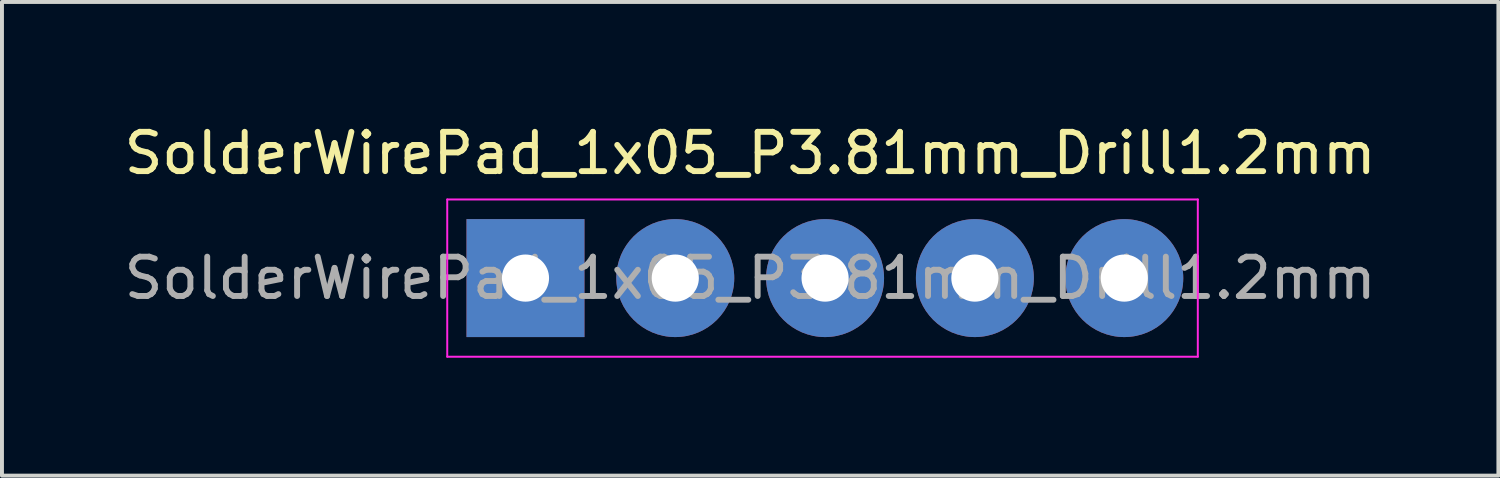
<source format=kicad_pcb>
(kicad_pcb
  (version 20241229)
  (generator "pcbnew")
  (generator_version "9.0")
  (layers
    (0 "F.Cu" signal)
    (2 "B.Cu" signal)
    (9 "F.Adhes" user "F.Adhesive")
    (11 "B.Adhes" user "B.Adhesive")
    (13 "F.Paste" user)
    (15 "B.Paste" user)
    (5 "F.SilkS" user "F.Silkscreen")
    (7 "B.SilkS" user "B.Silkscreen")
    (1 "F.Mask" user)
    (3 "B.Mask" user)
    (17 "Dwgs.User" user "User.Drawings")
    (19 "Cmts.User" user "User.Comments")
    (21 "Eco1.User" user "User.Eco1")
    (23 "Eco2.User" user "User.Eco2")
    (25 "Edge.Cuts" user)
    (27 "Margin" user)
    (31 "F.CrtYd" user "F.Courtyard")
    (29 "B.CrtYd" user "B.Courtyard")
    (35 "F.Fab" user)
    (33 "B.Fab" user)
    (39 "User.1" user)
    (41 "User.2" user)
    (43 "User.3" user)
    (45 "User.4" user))
  (footprint "SolderWirePad_1x05_P3.81mm_Drill1.2mm"
    (layer "F.Cu")
    (at 10.315 4.023)
    (property "Reference" "SolderWirePad_1x05_P3.81mm_Drill1.2mm" (at 5.715 -3.175 0) (layer "F.SilkS") (effects (font (size 1 1) (thickness 0.15))))
    (attr exclude_from_pos_files exclude_from_bom)
    (fp_line (start -1.99 -2) (end -1.99 2) (stroke (width 0.05) (type solid)) (layer "F.CrtYd"))
    (fp_line (start -1.99 -2) (end 17.1 -2) (stroke (width 0.05) (type solid)) (layer "F.CrtYd"))
    (fp_line (start 17.1 2) (end -1.99 2) (stroke (width 0.05) (type solid)) (layer "F.CrtYd"))
    (fp_line (start 17.1 2) (end 17.1 -2) (stroke (width 0.05) (type solid)) (layer "F.CrtYd"))
    (fp_text user "${REFERENCE}" (at 5.715 0 0) (layer "F.Fab") (effects (font (size 1 1) (thickness 0.15))))
    (pad "1" thru_hole rect (at 0 0) (size 3 3) (drill 1.199) (layers "*.Cu" "*.Mask"))
    (pad "2" thru_hole circle (at 3.81 0) (size 3 3) (drill 1.199) (layers "*.Cu" "*.Mask"))
    (pad "3" thru_hole circle (at 7.62 0) (size 3 3) (drill 1.199) (layers "*.Cu" "*.Mask"))
    (pad "4" thru_hole circle (at 11.43 0) (size 3 3) (drill 1.199) (layers "*.Cu" "*.Mask"))
    (pad "5" thru_hole circle (at 15.23 0) (size 3 3) (drill 1.199) (layers "*.Cu" "*.Mask")))
  (gr_rect
    (start -3 -3)
    (end 35.06 9.048)
    (stroke (width 0.1) (type default))
    (fill no)
    (layer "Edge.Cuts")))
</source>
